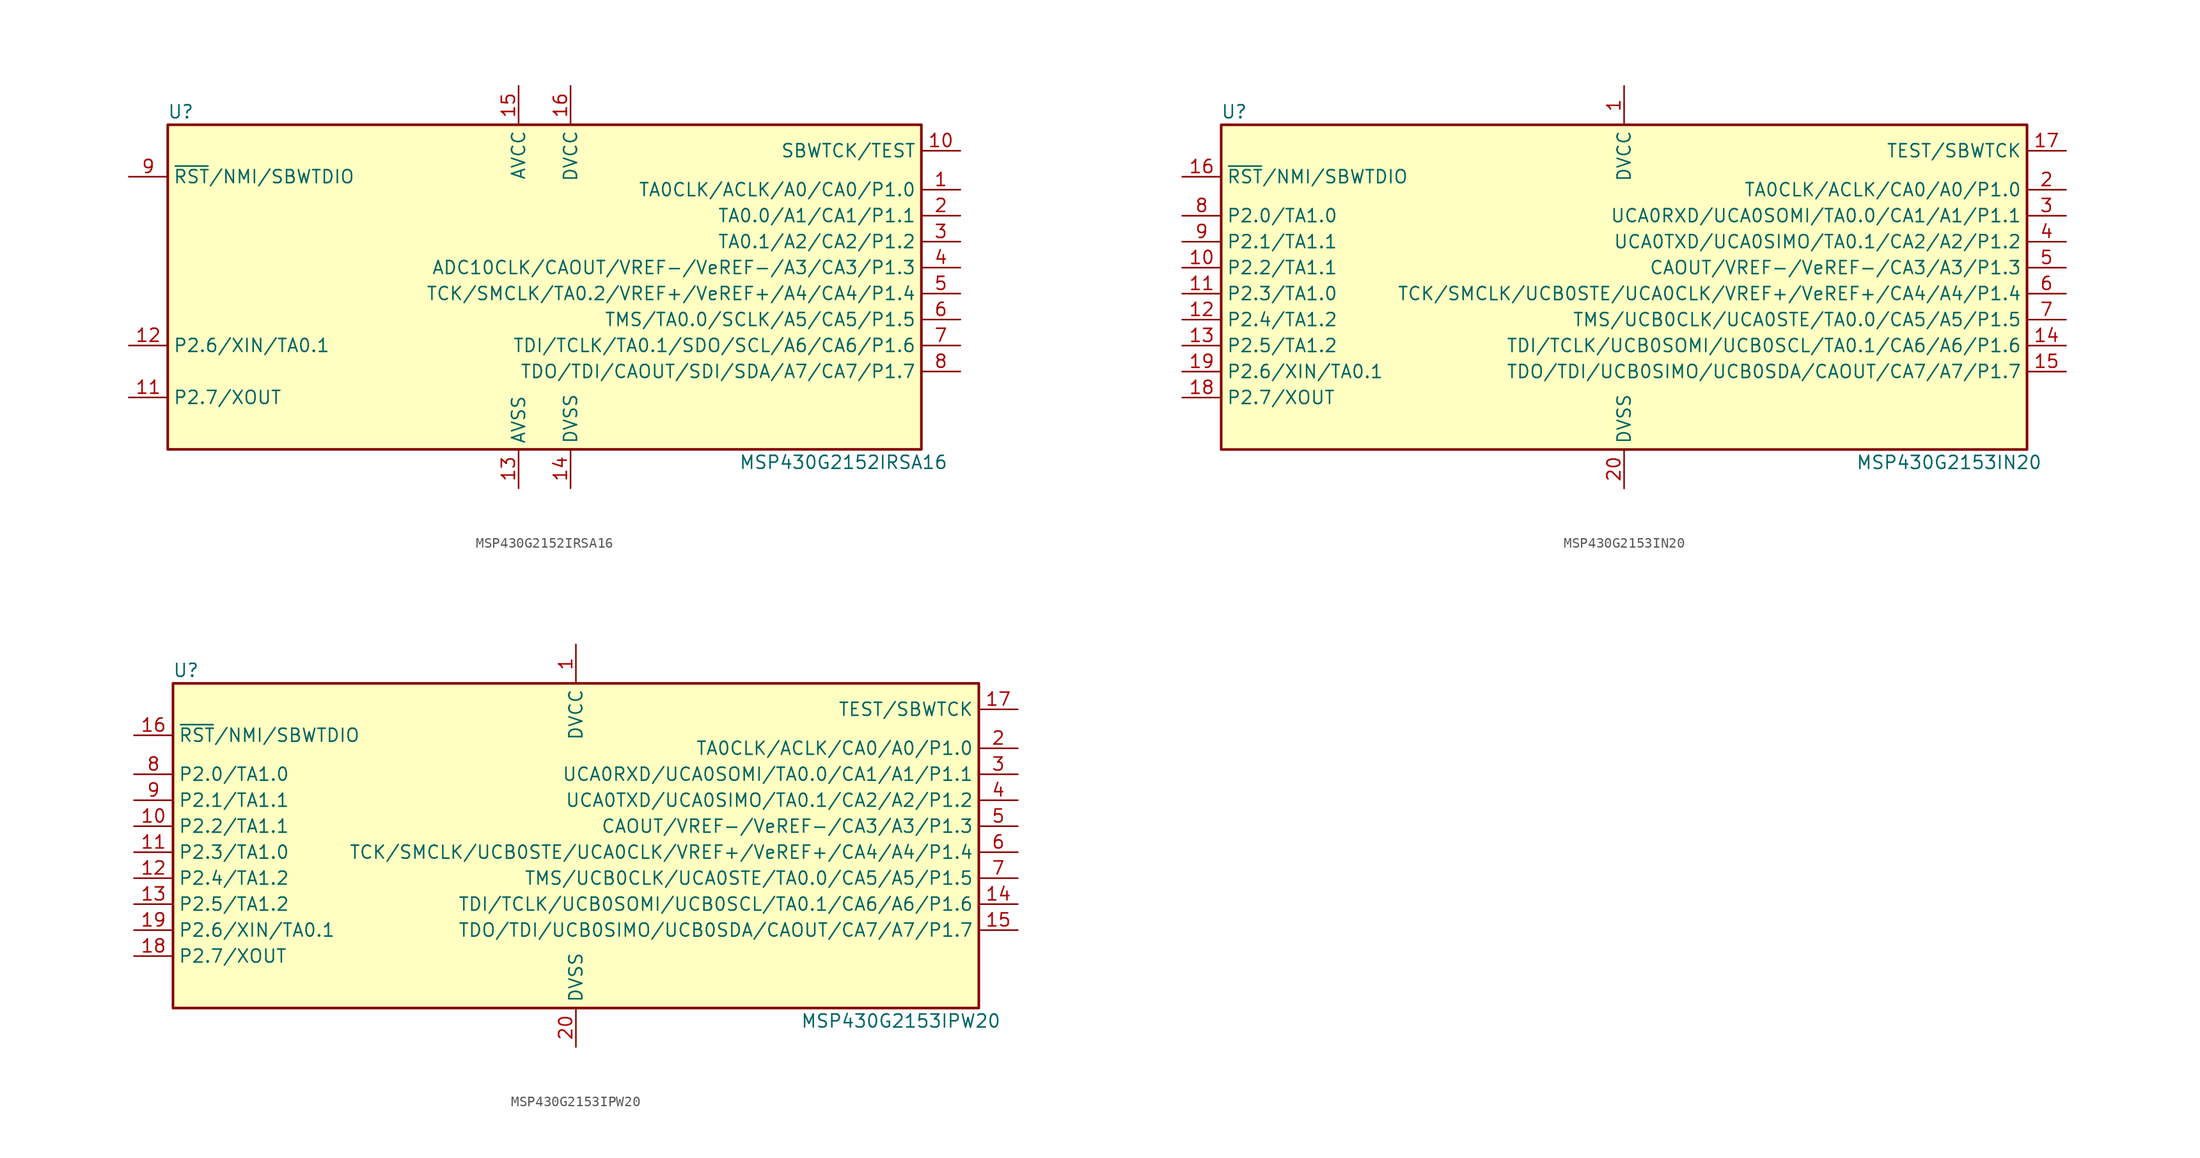
<source format=kicad_sym>
(kicad_symbol_lib
  (version 20201005)
  (generator kicad_symbol_editor)
  (symbol "MCU_Texas_MSP430:MSP430G2152IRSA16"
    (property "Reference" "U"
      (at -35.56 17.78 0)
      (effects (font (size 1.27 1.27))))
    (property "Value" "MSP430G2152IRSA16"
      (at 29.21 -16.51 0)
      (effects (font (size 1.27 1.27))))
    (symbol "MSP430G2152IRSA16_0_1"
      (rectangle (start -36.83 16.51) (end 36.83 -15.24) (stroke (width 0.254)) (fill (type background))))
    (symbol "MSP430G2152IRSA16_1_1"
      (pin bidirectional line (at 40.64 10.16 180) (length 3.81) (name "TA0CLK/ACLK/A0/CA0/P1.0" (effects (font (size 1.27 1.27)))) (number "1" (effects (font (size 1.27 1.27)))))
      (pin input line (at 40.64 13.97 180) (length 3.81) (name "SBWTCK/TEST" (effects (font (size 1.27 1.27)))) (number "10" (effects (font (size 1.27 1.27)))))
      (pin bidirectional line (at -40.64 -10.16 0) (length 3.81) (name "P2.7/XOUT" (effects (font (size 1.27 1.27)))) (number "11" (effects (font (size 1.27 1.27)))))
      (pin bidirectional line (at -40.64 -5.08 0) (length 3.81) (name "P2.6/XIN/TA0.1" (effects (font (size 1.27 1.27)))) (number "12" (effects (font (size 1.27 1.27)))))
      (pin power_in line (at -2.54 -19.05 90) (length 3.81) (name "AVSS" (effects (font (size 1.27 1.27)))) (number "13" (effects (font (size 1.27 1.27)))))
      (pin power_in line (at 2.54 -19.05 90) (length 3.81) (name "DVSS" (effects (font (size 1.27 1.27)))) (number "14" (effects (font (size 1.27 1.27)))))
      (pin power_in line (at -2.54 20.32 270) (length 3.81) (name "AVCC" (effects (font (size 1.27 1.27)))) (number "15" (effects (font (size 1.27 1.27)))))
      (pin power_in line (at 2.54 20.32 270) (length 3.81) (name "DVCC" (effects (font (size 1.27 1.27)))) (number "16" (effects (font (size 1.27 1.27)))))
      (pin bidirectional line (at 40.64 7.62 180) (length 3.81) (name "TA0.0/A1/CA1/P1.1" (effects (font (size 1.27 1.27)))) (number "2" (effects (font (size 1.27 1.27)))))
      (pin bidirectional line (at 40.64 5.08 180) (length 3.81) (name "TA0.1/A2/CA2/P1.2" (effects (font (size 1.27 1.27)))) (number "3" (effects (font (size 1.27 1.27)))))
      (pin bidirectional line (at 40.64 2.54 180) (length 3.81) (name "ADC10CLK/CAOUT/VREF-/VeREF-/A3/CA3/P1.3" (effects (font (size 1.27 1.27)))) (number "4" (effects (font (size 1.27 1.27)))))
      (pin bidirectional line (at 40.64 0 180) (length 3.81) (name "TCK/SMCLK/TA0.2/VREF+/VeREF+/A4/CA4/P1.4" (effects (font (size 1.27 1.27)))) (number "5" (effects (font (size 1.27 1.27)))))
      (pin bidirectional line (at 40.64 -2.54 180) (length 3.81) (name "TMS/TA0.0/SCLK/A5/CA5/P1.5" (effects (font (size 1.27 1.27)))) (number "6" (effects (font (size 1.27 1.27)))))
      (pin bidirectional line (at 40.64 -5.08 180) (length 3.81) (name "TDI/TCLK/TA0.1/SDO/SCL/A6/CA6/P1.6" (effects (font (size 1.27 1.27)))) (number "7" (effects (font (size 1.27 1.27)))))
      (pin bidirectional line (at 40.64 -7.62 180) (length 3.81) (name "TDO/TDI/CAOUT/SDI/SDA/A7/CA7/P1.7" (effects (font (size 1.27 1.27)))) (number "8" (effects (font (size 1.27 1.27)))))
      (pin input line (at -40.64 11.43 0) (length 3.81) (name "~RST~/NMI/SBWTDIO" (effects (font (size 1.27 1.27)))) (number "9" (effects (font (size 1.27 1.27)))))))
  (symbol "MCU_Texas_MSP430:MSP430G2153IN20"
    (property "Reference" "U"
      (at -38.1 17.78 0)
      (effects (font (size 1.27 1.27))))
    (property "Value" "MSP430G2153IN20"
      (at 31.75 -16.51 0)
      (effects (font (size 1.27 1.27))))
    (symbol "MSP430G2153IN20_0_1"
      (rectangle (start -39.37 16.51) (end 39.37 -15.24) (stroke (width 0.254)) (fill (type background))))
    (symbol "MSP430G2153IN20_1_1"
      (pin power_in line (at 0 20.32 270) (length 3.81) (name "DVCC" (effects (font (size 1.27 1.27)))) (number "1" (effects (font (size 1.27 1.27)))))
      (pin bidirectional line (at -43.18 2.54 0) (length 3.81) (name "P2.2/TA1.1" (effects (font (size 1.27 1.27)))) (number "10" (effects (font (size 1.27 1.27)))))
      (pin bidirectional line (at -43.18 0 0) (length 3.81) (name "P2.3/TA1.0" (effects (font (size 1.27 1.27)))) (number "11" (effects (font (size 1.27 1.27)))))
      (pin bidirectional line (at -43.18 -2.54 0) (length 3.81) (name "P2.4/TA1.2" (effects (font (size 1.27 1.27)))) (number "12" (effects (font (size 1.27 1.27)))))
      (pin bidirectional line (at -43.18 -5.08 0) (length 3.81) (name "P2.5/TA1.2" (effects (font (size 1.27 1.27)))) (number "13" (effects (font (size 1.27 1.27)))))
      (pin bidirectional line (at 43.18 -5.08 180) (length 3.81) (name "TDI/TCLK/UCB0SOMI/UCB0SCL/TA0.1/CA6/A6/P1.6" (effects (font (size 1.27 1.27)))) (number "14" (effects (font (size 1.27 1.27)))))
      (pin bidirectional line (at 43.18 -7.62 180) (length 3.81) (name "TDO/TDI/UCB0SIMO/UCB0SDA/CAOUT/CA7/A7/P1.7" (effects (font (size 1.27 1.27)))) (number "15" (effects (font (size 1.27 1.27)))))
      (pin input line (at -43.18 11.43 0) (length 3.81) (name "~RST~/NMI/SBWTDIO" (effects (font (size 1.27 1.27)))) (number "16" (effects (font (size 1.27 1.27)))))
      (pin input line (at 43.18 13.97 180) (length 3.81) (name "TEST/SBWTCK" (effects (font (size 1.27 1.27)))) (number "17" (effects (font (size 1.27 1.27)))))
      (pin bidirectional line (at -43.18 -10.16 0) (length 3.81) (name "P2.7/XOUT" (effects (font (size 1.27 1.27)))) (number "18" (effects (font (size 1.27 1.27)))))
      (pin bidirectional line (at -43.18 -7.62 0) (length 3.81) (name "P2.6/XIN/TA0.1" (effects (font (size 1.27 1.27)))) (number "19" (effects (font (size 1.27 1.27)))))
      (pin bidirectional line (at 43.18 10.16 180) (length 3.81) (name "TA0CLK/ACLK/CA0/A0/P1.0" (effects (font (size 1.27 1.27)))) (number "2" (effects (font (size 1.27 1.27)))))
      (pin power_in line (at 0 -19.05 90) (length 3.81) (name "DVSS" (effects (font (size 1.27 1.27)))) (number "20" (effects (font (size 1.27 1.27)))))
      (pin bidirectional line (at 43.18 7.62 180) (length 3.81) (name "UCA0RXD/UCA0SOMI/TA0.0/CA1/A1/P1.1" (effects (font (size 1.27 1.27)))) (number "3" (effects (font (size 1.27 1.27)))))
      (pin bidirectional line (at 43.18 5.08 180) (length 3.81) (name "UCA0TXD/UCA0SIMO/TA0.1/CA2/A2/P1.2" (effects (font (size 1.27 1.27)))) (number "4" (effects (font (size 1.27 1.27)))))
      (pin bidirectional line (at 43.18 2.54 180) (length 3.81) (name "CAOUT/VREF-/VeREF-/CA3/A3/P1.3" (effects (font (size 1.27 1.27)))) (number "5" (effects (font (size 1.27 1.27)))))
      (pin bidirectional line (at 43.18 0 180) (length 3.81) (name "TCK/SMCLK/UCB0STE/UCA0CLK/VREF+/VeREF+/CA4/A4/P1.4" (effects (font (size 1.27 1.27)))) (number "6" (effects (font (size 1.27 1.27)))))
      (pin bidirectional line (at 43.18 -2.54 180) (length 3.81) (name "TMS/UCB0CLK/UCA0STE/TA0.0/CA5/A5/P1.5" (effects (font (size 1.27 1.27)))) (number "7" (effects (font (size 1.27 1.27)))))
      (pin bidirectional line (at -43.18 7.62 0) (length 3.81) (name "P2.0/TA1.0" (effects (font (size 1.27 1.27)))) (number "8" (effects (font (size 1.27 1.27)))))
      (pin bidirectional line (at -43.18 5.08 0) (length 3.81) (name "P2.1/TA1.1" (effects (font (size 1.27 1.27)))) (number "9" (effects (font (size 1.27 1.27)))))))
  (symbol "MCU_Texas_MSP430:MSP430G2153IPW20"
    (property "Reference" "U"
      (at -38.1 17.78 0)
      (effects (font (size 1.27 1.27))))
    (property "Value" "MSP430G2153IPW20"
      (at 31.75 -16.51 0)
      (effects (font (size 1.27 1.27))))
    (symbol "MSP430G2153IPW20_0_1"
      (rectangle (start -39.37 16.51) (end 39.37 -15.24) (stroke (width 0.254)) (fill (type background))))
    (symbol "MSP430G2153IPW20_1_1"
      (pin power_in line (at 0 20.32 270) (length 3.81) (name "DVCC" (effects (font (size 1.27 1.27)))) (number "1" (effects (font (size 1.27 1.27)))))
      (pin bidirectional line (at -43.18 2.54 0) (length 3.81) (name "P2.2/TA1.1" (effects (font (size 1.27 1.27)))) (number "10" (effects (font (size 1.27 1.27)))))
      (pin bidirectional line (at -43.18 0 0) (length 3.81) (name "P2.3/TA1.0" (effects (font (size 1.27 1.27)))) (number "11" (effects (font (size 1.27 1.27)))))
      (pin bidirectional line (at -43.18 -2.54 0) (length 3.81) (name "P2.4/TA1.2" (effects (font (size 1.27 1.27)))) (number "12" (effects (font (size 1.27 1.27)))))
      (pin bidirectional line (at -43.18 -5.08 0) (length 3.81) (name "P2.5/TA1.2" (effects (font (size 1.27 1.27)))) (number "13" (effects (font (size 1.27 1.27)))))
      (pin bidirectional line (at 43.18 -5.08 180) (length 3.81) (name "TDI/TCLK/UCB0SOMI/UCB0SCL/TA0.1/CA6/A6/P1.6" (effects (font (size 1.27 1.27)))) (number "14" (effects (font (size 1.27 1.27)))))
      (pin bidirectional line (at 43.18 -7.62 180) (length 3.81) (name "TDO/TDI/UCB0SIMO/UCB0SDA/CAOUT/CA7/A7/P1.7" (effects (font (size 1.27 1.27)))) (number "15" (effects (font (size 1.27 1.27)))))
      (pin input line (at -43.18 11.43 0) (length 3.81) (name "~RST~/NMI/SBWTDIO" (effects (font (size 1.27 1.27)))) (number "16" (effects (font (size 1.27 1.27)))))
      (pin input line (at 43.18 13.97 180) (length 3.81) (name "TEST/SBWTCK" (effects (font (size 1.27 1.27)))) (number "17" (effects (font (size 1.27 1.27)))))
      (pin bidirectional line (at -43.18 -10.16 0) (length 3.81) (name "P2.7/XOUT" (effects (font (size 1.27 1.27)))) (number "18" (effects (font (size 1.27 1.27)))))
      (pin bidirectional line (at -43.18 -7.62 0) (length 3.81) (name "P2.6/XIN/TA0.1" (effects (font (size 1.27 1.27)))) (number "19" (effects (font (size 1.27 1.27)))))
      (pin bidirectional line (at 43.18 10.16 180) (length 3.81) (name "TA0CLK/ACLK/CA0/A0/P1.0" (effects (font (size 1.27 1.27)))) (number "2" (effects (font (size 1.27 1.27)))))
      (pin power_in line (at 0 -19.05 90) (length 3.81) (name "DVSS" (effects (font (size 1.27 1.27)))) (number "20" (effects (font (size 1.27 1.27)))))
      (pin bidirectional line (at 43.18 7.62 180) (length 3.81) (name "UCA0RXD/UCA0SOMI/TA0.0/CA1/A1/P1.1" (effects (font (size 1.27 1.27)))) (number "3" (effects (font (size 1.27 1.27)))))
      (pin bidirectional line (at 43.18 5.08 180) (length 3.81) (name "UCA0TXD/UCA0SIMO/TA0.1/CA2/A2/P1.2" (effects (font (size 1.27 1.27)))) (number "4" (effects (font (size 1.27 1.27)))))
      (pin bidirectional line (at 43.18 2.54 180) (length 3.81) (name "CAOUT/VREF-/VeREF-/CA3/A3/P1.3" (effects (font (size 1.27 1.27)))) (number "5" (effects (font (size 1.27 1.27)))))
      (pin bidirectional line (at 43.18 0 180) (length 3.81) (name "TCK/SMCLK/UCB0STE/UCA0CLK/VREF+/VeREF+/CA4/A4/P1.4" (effects (font (size 1.27 1.27)))) (number "6" (effects (font (size 1.27 1.27)))))
      (pin bidirectional line (at 43.18 -2.54 180) (length 3.81) (name "TMS/UCB0CLK/UCA0STE/TA0.0/CA5/A5/P1.5" (effects (font (size 1.27 1.27)))) (number "7" (effects (font (size 1.27 1.27)))))
      (pin bidirectional line (at -43.18 7.62 0) (length 3.81) (name "P2.0/TA1.0" (effects (font (size 1.27 1.27)))) (number "8" (effects (font (size 1.27 1.27)))))
      (pin bidirectional line (at -43.18 5.08 0) (length 3.81) (name "P2.1/TA1.1" (effects (font (size 1.27 1.27)))) (number "9" (effects (font (size 1.27 1.27))))))))
</source>
